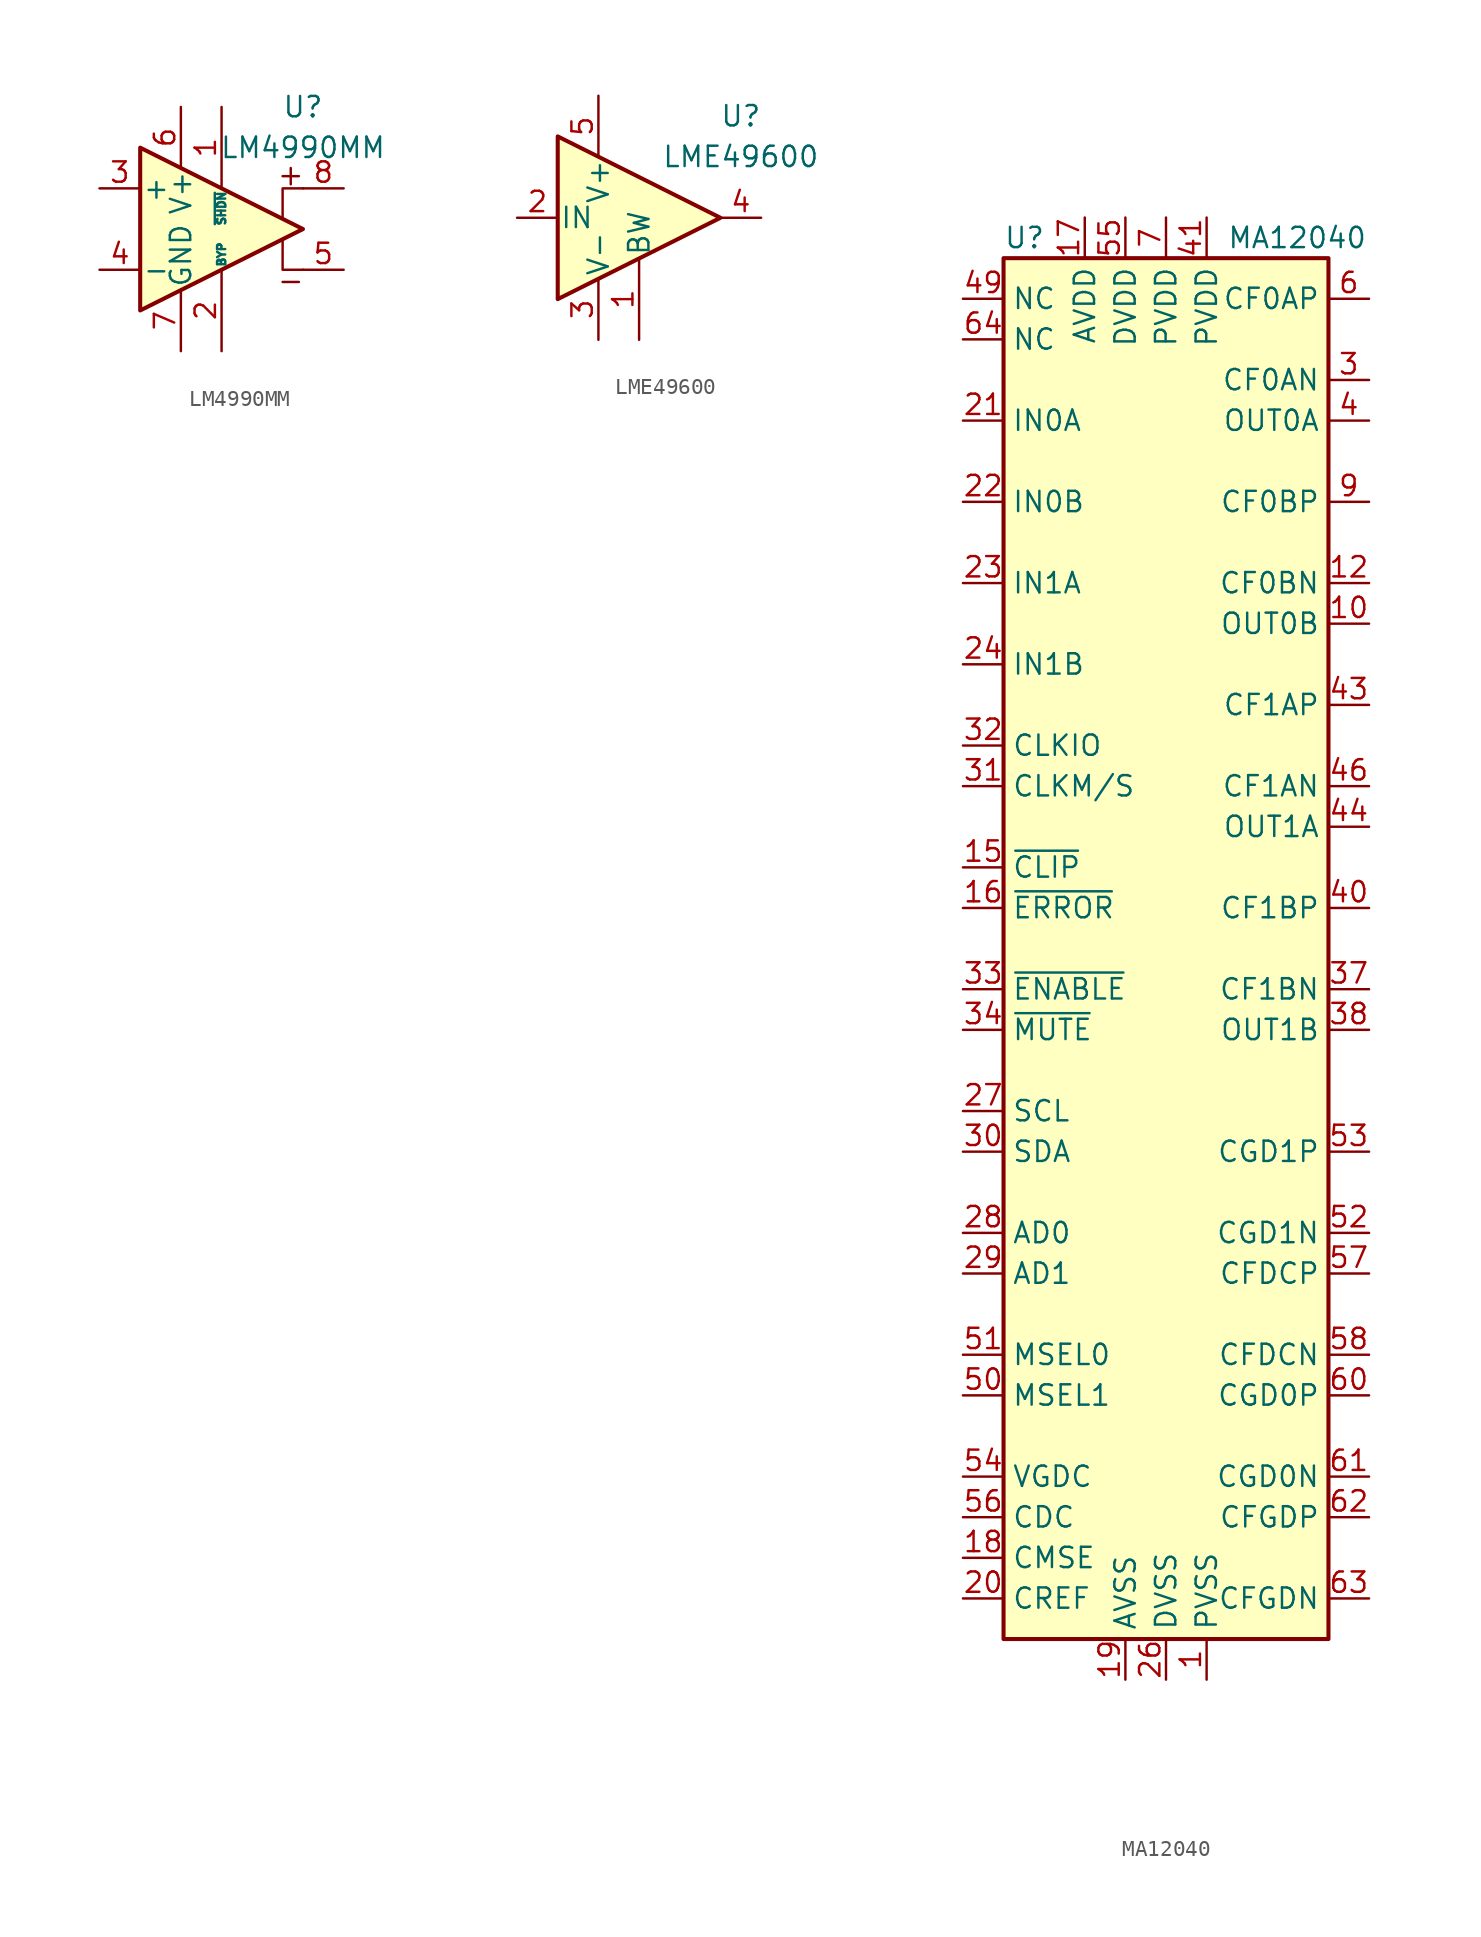
<source format=kicad_sym>
(kicad_symbol_lib
  (version 20200908)
  (generator kicad_symbol_editor)
  (symbol "Amplifier_Audio:LM4990MM"
    (pin_names
      (offset 0.127))
    (property "Reference" "U"
      (at 5.08 7.62 0)
      (effects (font (size 1.27 1.27))))
    (property "Value" "LM4990MM"
      (at 5.08 5.08 0)
      (effects (font (size 1.27 1.27))))
    (symbol "LM4990MM_0_1"
      (polyline (pts (xy 3.81 -0.635) (xy 3.81 -2.54) (xy 5.08 -2.54)) (stroke (width 0)) (fill (type none)))
      (polyline (pts (xy 5.08 2.54) (xy 3.81 2.54) (xy 3.81 0.635)) (stroke (width 0)) (fill (type none)))
      (polyline (pts (xy -5.08 5.08) (xy 5.08 0) (xy -5.08 -5.08) (xy -5.08 5.08)) (stroke (width 0.254)) (fill (type background))))
    (symbol "LM4990MM_1_1"
      (polyline (pts (xy 3.81 -3.302) (xy 4.826 -3.302)) (stroke (width 0)) (fill (type none)))
      (polyline (pts (xy 4.318 3.81) (xy 4.318 2.794)) (stroke (width 0)) (fill (type none)))
      (polyline (pts (xy 4.826 3.302) (xy 3.81 3.302)) (stroke (width 0)) (fill (type none)))
      (pin output line (at 0 7.62 270) (length 5.08) (name "~SHDN" (effects (font (size 0.508 0.508)))) (number "1" (effects (font (size 1.27 1.27)))))
      (pin input line (at 0 -7.62 90) (length 5.08) (name "BYP" (effects (font (size 0.508 0.508)))) (number "2" (effects (font (size 1.27 1.27)))))
      (pin input line (at -7.62 2.54 0) (length 2.54) (name "+" (effects (font (size 1.27 1.27)))) (number "3" (effects (font (size 1.27 1.27)))))
      (pin input line (at -7.62 -2.54 0) (length 2.54) (name "-" (effects (font (size 1.27 1.27)))) (number "4" (effects (font (size 1.27 1.27)))))
      (pin output line (at 7.62 -2.54 180) (length 2.54) (name "~" (effects (font (size 1.27 1.27)))) (number "5" (effects (font (size 1.27 1.27)))))
      (pin power_in line (at -2.54 7.62 270) (length 3.81) (name "V+" (effects (font (size 1.27 1.27)))) (number "6" (effects (font (size 1.27 1.27)))))
      (pin power_in line (at -2.54 -7.62 90) (length 3.81) (name "GND" (effects (font (size 1.27 1.27)))) (number "7" (effects (font (size 1.27 1.27)))))
      (pin output line (at 7.62 2.54 180) (length 2.54) (name "~" (effects (font (size 1.27 1.27)))) (number "8" (effects (font (size 1.27 1.27)))))))
  (symbol "Amplifier_Audio:LME49600"
    (pin_names
      (offset 0.127))
    (property "Reference" "U"
      (at 6.35 6.35 0)
      (effects (font (size 1.27 1.27))))
    (property "Value" "LME49600"
      (at 6.35 3.81 0)
      (effects (font (size 1.27 1.27))))
    (symbol "LME49600_0_1"
      (polyline (pts (xy -5.08 5.08) (xy 5.08 0) (xy -5.08 -5.08) (xy -5.08 5.08)) (stroke (width 0.254)) (fill (type background))))
    (symbol "LME49600_1_1"
      (pin passive line (at 0 -7.62 90) (length 5.08) (name "BW" (effects (font (size 1.27 1.27)))) (number "1" (effects (font (size 1.27 1.27)))))
      (pin input line (at -7.62 0 0) (length 2.54) (name "IN" (effects (font (size 1.27 1.27)))) (number "2" (effects (font (size 1.27 1.27)))))
      (pin power_in line (at -2.54 -7.62 90) (length 3.81) (name "V-" (effects (font (size 1.27 1.27)))) (number "3" (effects (font (size 1.27 1.27)))))
      (pin output line (at 7.62 0 180) (length 2.54) (name "~" (effects (font (size 1.27 1.27)))) (number "4" (effects (font (size 1.27 1.27)))))
      (pin power_in line (at -2.54 7.62 270) (length 3.81) (name "V+" (effects (font (size 1.27 1.27)))) (number "5" (effects (font (size 1.27 1.27)))))))
  (symbol "Amplifier_Audio:MA12040"
    (property "Reference" "U"
      (at -10.16 44.45 0)
      (effects (font (size 1.27 1.27)) (justify left)))
    (property "Value" "MA12040"
      (at 3.81 44.45 0)
      (effects (font (size 1.27 1.27)) (justify left)))
    (symbol "MA12040_0_1"
      (rectangle (start -10.16 -43.18) (end 10.16 43.18) (stroke (width 0.254)) (fill (type background))))
    (symbol "MA12040_1_1"
      (pin power_in line (at 2.54 -45.72 90) (length 2.54) (name "PVSS" (effects (font (size 1.27 1.27)))) (number "1" (effects (font (size 1.27 1.27)))))
      (pin output line (at 12.7 20.32 180) (length 2.54) (name "OUT0B" (effects (font (size 1.27 1.27)))) (number "10" (effects (font (size 1.27 1.27)))))
      (pin passive line (at 12.7 20.32 180) (length 2.54) hide (name "OUT0B" (effects (font (size 1.27 1.27)))) (number "11" (effects (font (size 1.27 1.27)))))
      (pin passive line (at 12.7 22.86 180) (length 2.54) (name "CF0BN" (effects (font (size 1.27 1.27)))) (number "12" (effects (font (size 1.27 1.27)))))
      (pin passive line (at 2.54 -45.72 90) (length 2.54) hide (name "PVSS" (effects (font (size 1.27 1.27)))) (number "13" (effects (font (size 1.27 1.27)))))
      (pin passive line (at 2.54 -45.72 90) (length 2.54) hide (name "PVSS" (effects (font (size 1.27 1.27)))) (number "14" (effects (font (size 1.27 1.27)))))
      (pin output line (at -12.7 5.08 0) (length 2.54) (name "~CLIP" (effects (font (size 1.27 1.27)))) (number "15" (effects (font (size 1.27 1.27)))))
      (pin output line (at -12.7 2.54 0) (length 2.54) (name "~ERROR" (effects (font (size 1.27 1.27)))) (number "16" (effects (font (size 1.27 1.27)))))
      (pin power_in line (at -5.08 45.72 270) (length 2.54) (name "AVDD" (effects (font (size 1.27 1.27)))) (number "17" (effects (font (size 1.27 1.27)))))
      (pin passive line (at -12.7 -38.1 0) (length 2.54) (name "CMSE" (effects (font (size 1.27 1.27)))) (number "18" (effects (font (size 1.27 1.27)))))
      (pin power_in line (at -2.54 -45.72 90) (length 2.54) (name "AVSS" (effects (font (size 1.27 1.27)))) (number "19" (effects (font (size 1.27 1.27)))))
      (pin passive line (at 2.54 -45.72 90) (length 2.54) hide (name "PVSS" (effects (font (size 1.27 1.27)))) (number "2" (effects (font (size 1.27 1.27)))))
      (pin passive line (at -12.7 -40.64 0) (length 2.54) (name "CREF" (effects (font (size 1.27 1.27)))) (number "20" (effects (font (size 1.27 1.27)))))
      (pin input line (at -12.7 33.02 0) (length 2.54) (name "IN0A" (effects (font (size 1.27 1.27)))) (number "21" (effects (font (size 1.27 1.27)))))
      (pin input line (at -12.7 27.94 0) (length 2.54) (name "IN0B" (effects (font (size 1.27 1.27)))) (number "22" (effects (font (size 1.27 1.27)))))
      (pin input line (at -12.7 22.86 0) (length 2.54) (name "IN1A" (effects (font (size 1.27 1.27)))) (number "23" (effects (font (size 1.27 1.27)))))
      (pin input line (at -12.7 17.78 0) (length 2.54) (name "IN1B" (effects (font (size 1.27 1.27)))) (number "24" (effects (font (size 1.27 1.27)))))
      (pin passive line (at -2.54 -45.72 90) (length 2.54) hide (name "AVSS" (effects (font (size 1.27 1.27)))) (number "25" (effects (font (size 1.27 1.27)))))
      (pin power_in line (at 0 -45.72 90) (length 2.54) (name "DVSS" (effects (font (size 1.27 1.27)))) (number "26" (effects (font (size 1.27 1.27)))))
      (pin input line (at -12.7 -10.16 0) (length 2.54) (name "SCL" (effects (font (size 1.27 1.27)))) (number "27" (effects (font (size 1.27 1.27)))))
      (pin input line (at -12.7 -17.78 0) (length 2.54) (name "AD0" (effects (font (size 1.27 1.27)))) (number "28" (effects (font (size 1.27 1.27)))))
      (pin input line (at -12.7 -20.32 0) (length 2.54) (name "AD1" (effects (font (size 1.27 1.27)))) (number "29" (effects (font (size 1.27 1.27)))))
      (pin passive line (at 12.7 35.56 180) (length 2.54) (name "CF0AN" (effects (font (size 1.27 1.27)))) (number "3" (effects (font (size 1.27 1.27)))))
      (pin bidirectional line (at -12.7 -12.7 0) (length 2.54) (name "SDA" (effects (font (size 1.27 1.27)))) (number "30" (effects (font (size 1.27 1.27)))))
      (pin input line (at -12.7 10.16 0) (length 2.54) (name "CLKM/S" (effects (font (size 1.27 1.27)))) (number "31" (effects (font (size 1.27 1.27)))))
      (pin bidirectional line (at -12.7 12.7 0) (length 2.54) (name "CLKIO" (effects (font (size 1.27 1.27)))) (number "32" (effects (font (size 1.27 1.27)))))
      (pin input line (at -12.7 -2.54 0) (length 2.54) (name "~ENABLE" (effects (font (size 1.27 1.27)))) (number "33" (effects (font (size 1.27 1.27)))))
      (pin input line (at -12.7 -5.08 0) (length 2.54) (name "~MUTE" (effects (font (size 1.27 1.27)))) (number "34" (effects (font (size 1.27 1.27)))))
      (pin passive line (at 2.54 -45.72 90) (length 2.54) hide (name "PVSS" (effects (font (size 1.27 1.27)))) (number "35" (effects (font (size 1.27 1.27)))))
      (pin passive line (at 2.54 -45.72 90) (length 2.54) hide (name "PVSS" (effects (font (size 1.27 1.27)))) (number "36" (effects (font (size 1.27 1.27)))))
      (pin passive line (at 12.7 -2.54 180) (length 2.54) (name "CF1BN" (effects (font (size 1.27 1.27)))) (number "37" (effects (font (size 1.27 1.27)))))
      (pin output line (at 12.7 -5.08 180) (length 2.54) (name "OUT1B" (effects (font (size 1.27 1.27)))) (number "38" (effects (font (size 1.27 1.27)))))
      (pin passive line (at 12.7 -5.08 180) (length 2.54) hide (name "OUT1B" (effects (font (size 1.27 1.27)))) (number "39" (effects (font (size 1.27 1.27)))))
      (pin output line (at 12.7 33.02 180) (length 2.54) (name "OUT0A" (effects (font (size 1.27 1.27)))) (number "4" (effects (font (size 1.27 1.27)))))
      (pin passive line (at 12.7 2.54 180) (length 2.54) (name "CF1BP" (effects (font (size 1.27 1.27)))) (number "40" (effects (font (size 1.27 1.27)))))
      (pin power_in line (at 2.54 45.72 270) (length 2.54) (name "PVDD" (effects (font (size 1.27 1.27)))) (number "41" (effects (font (size 1.27 1.27)))))
      (pin passive line (at 2.54 45.72 270) (length 2.54) hide (name "PVDD" (effects (font (size 1.27 1.27)))) (number "42" (effects (font (size 1.27 1.27)))))
      (pin passive line (at 12.7 15.24 180) (length 2.54) (name "CF1AP" (effects (font (size 1.27 1.27)))) (number "43" (effects (font (size 1.27 1.27)))))
      (pin output line (at 12.7 7.62 180) (length 2.54) (name "OUT1A" (effects (font (size 1.27 1.27)))) (number "44" (effects (font (size 1.27 1.27)))))
      (pin passive line (at 12.7 7.62 180) (length 2.54) hide (name "OUT1A" (effects (font (size 1.27 1.27)))) (number "45" (effects (font (size 1.27 1.27)))))
      (pin passive line (at 12.7 10.16 180) (length 2.54) (name "CF1AN" (effects (font (size 1.27 1.27)))) (number "46" (effects (font (size 1.27 1.27)))))
      (pin passive line (at 2.54 -45.72 90) (length 2.54) hide (name "PVSS" (effects (font (size 1.27 1.27)))) (number "47" (effects (font (size 1.27 1.27)))))
      (pin passive line (at 2.54 -45.72 90) (length 2.54) hide (name "PVSS" (effects (font (size 1.27 1.27)))) (number "48" (effects (font (size 1.27 1.27)))))
      (pin passive line (at -12.7 40.64 0) (length 2.54) (name "NC" (effects (font (size 1.27 1.27)))) (number "49" (effects (font (size 1.27 1.27)))))
      (pin passive line (at 12.7 33.02 180) (length 2.54) hide (name "OUT0A" (effects (font (size 1.27 1.27)))) (number "5" (effects (font (size 1.27 1.27)))))
      (pin input line (at -12.7 -27.94 0) (length 2.54) (name "MSEL1" (effects (font (size 1.27 1.27)))) (number "50" (effects (font (size 1.27 1.27)))))
      (pin input line (at -12.7 -25.4 0) (length 2.54) (name "MSEL0" (effects (font (size 1.27 1.27)))) (number "51" (effects (font (size 1.27 1.27)))))
      (pin passive line (at 12.7 -17.78 180) (length 2.54) (name "CGD1N" (effects (font (size 1.27 1.27)))) (number "52" (effects (font (size 1.27 1.27)))))
      (pin passive line (at 12.7 -12.7 180) (length 2.54) (name "CGD1P" (effects (font (size 1.27 1.27)))) (number "53" (effects (font (size 1.27 1.27)))))
      (pin passive line (at -12.7 -33.02 0) (length 2.54) (name "VGDC" (effects (font (size 1.27 1.27)))) (number "54" (effects (font (size 1.27 1.27)))))
      (pin power_in line (at -2.54 45.72 270) (length 2.54) (name "DVDD" (effects (font (size 1.27 1.27)))) (number "55" (effects (font (size 1.27 1.27)))))
      (pin passive line (at -12.7 -35.56 0) (length 2.54) (name "CDC" (effects (font (size 1.27 1.27)))) (number "56" (effects (font (size 1.27 1.27)))))
      (pin passive line (at 12.7 -20.32 180) (length 2.54) (name "CFDCP" (effects (font (size 1.27 1.27)))) (number "57" (effects (font (size 1.27 1.27)))))
      (pin passive line (at 12.7 -25.4 180) (length 2.54) (name "CFDCN" (effects (font (size 1.27 1.27)))) (number "58" (effects (font (size 1.27 1.27)))))
      (pin passive line (at 0 -45.72 90) (length 2.54) hide (name "DVSS" (effects (font (size 1.27 1.27)))) (number "59" (effects (font (size 1.27 1.27)))))
      (pin passive line (at 12.7 40.64 180) (length 2.54) (name "CF0AP" (effects (font (size 1.27 1.27)))) (number "6" (effects (font (size 1.27 1.27)))))
      (pin passive line (at 12.7 -27.94 180) (length 2.54) (name "CGD0P" (effects (font (size 1.27 1.27)))) (number "60" (effects (font (size 1.27 1.27)))))
      (pin passive line (at 12.7 -33.02 180) (length 2.54) (name "CGD0N" (effects (font (size 1.27 1.27)))) (number "61" (effects (font (size 1.27 1.27)))))
      (pin passive line (at 12.7 -35.56 180) (length 2.54) (name "CFGDP" (effects (font (size 1.27 1.27)))) (number "62" (effects (font (size 1.27 1.27)))))
      (pin passive line (at 12.7 -40.64 180) (length 2.54) (name "CFGDN" (effects (font (size 1.27 1.27)))) (number "63" (effects (font (size 1.27 1.27)))))
      (pin passive line (at -12.7 38.1 0) (length 2.54) (name "NC" (effects (font (size 1.27 1.27)))) (number "64" (effects (font (size 1.27 1.27)))))
      (pin power_in line (at 0 45.72 270) (length 2.54) (name "PVDD" (effects (font (size 1.27 1.27)))) (number "7" (effects (font (size 1.27 1.27)))))
      (pin passive line (at 0 45.72 270) (length 2.54) hide (name "PVDD" (effects (font (size 1.27 1.27)))) (number "8" (effects (font (size 1.27 1.27)))))
      (pin passive line (at 12.7 27.94 180) (length 2.54) (name "CF0BP" (effects (font (size 1.27 1.27)))) (number "9" (effects (font (size 1.27 1.27))))))))
</source>
